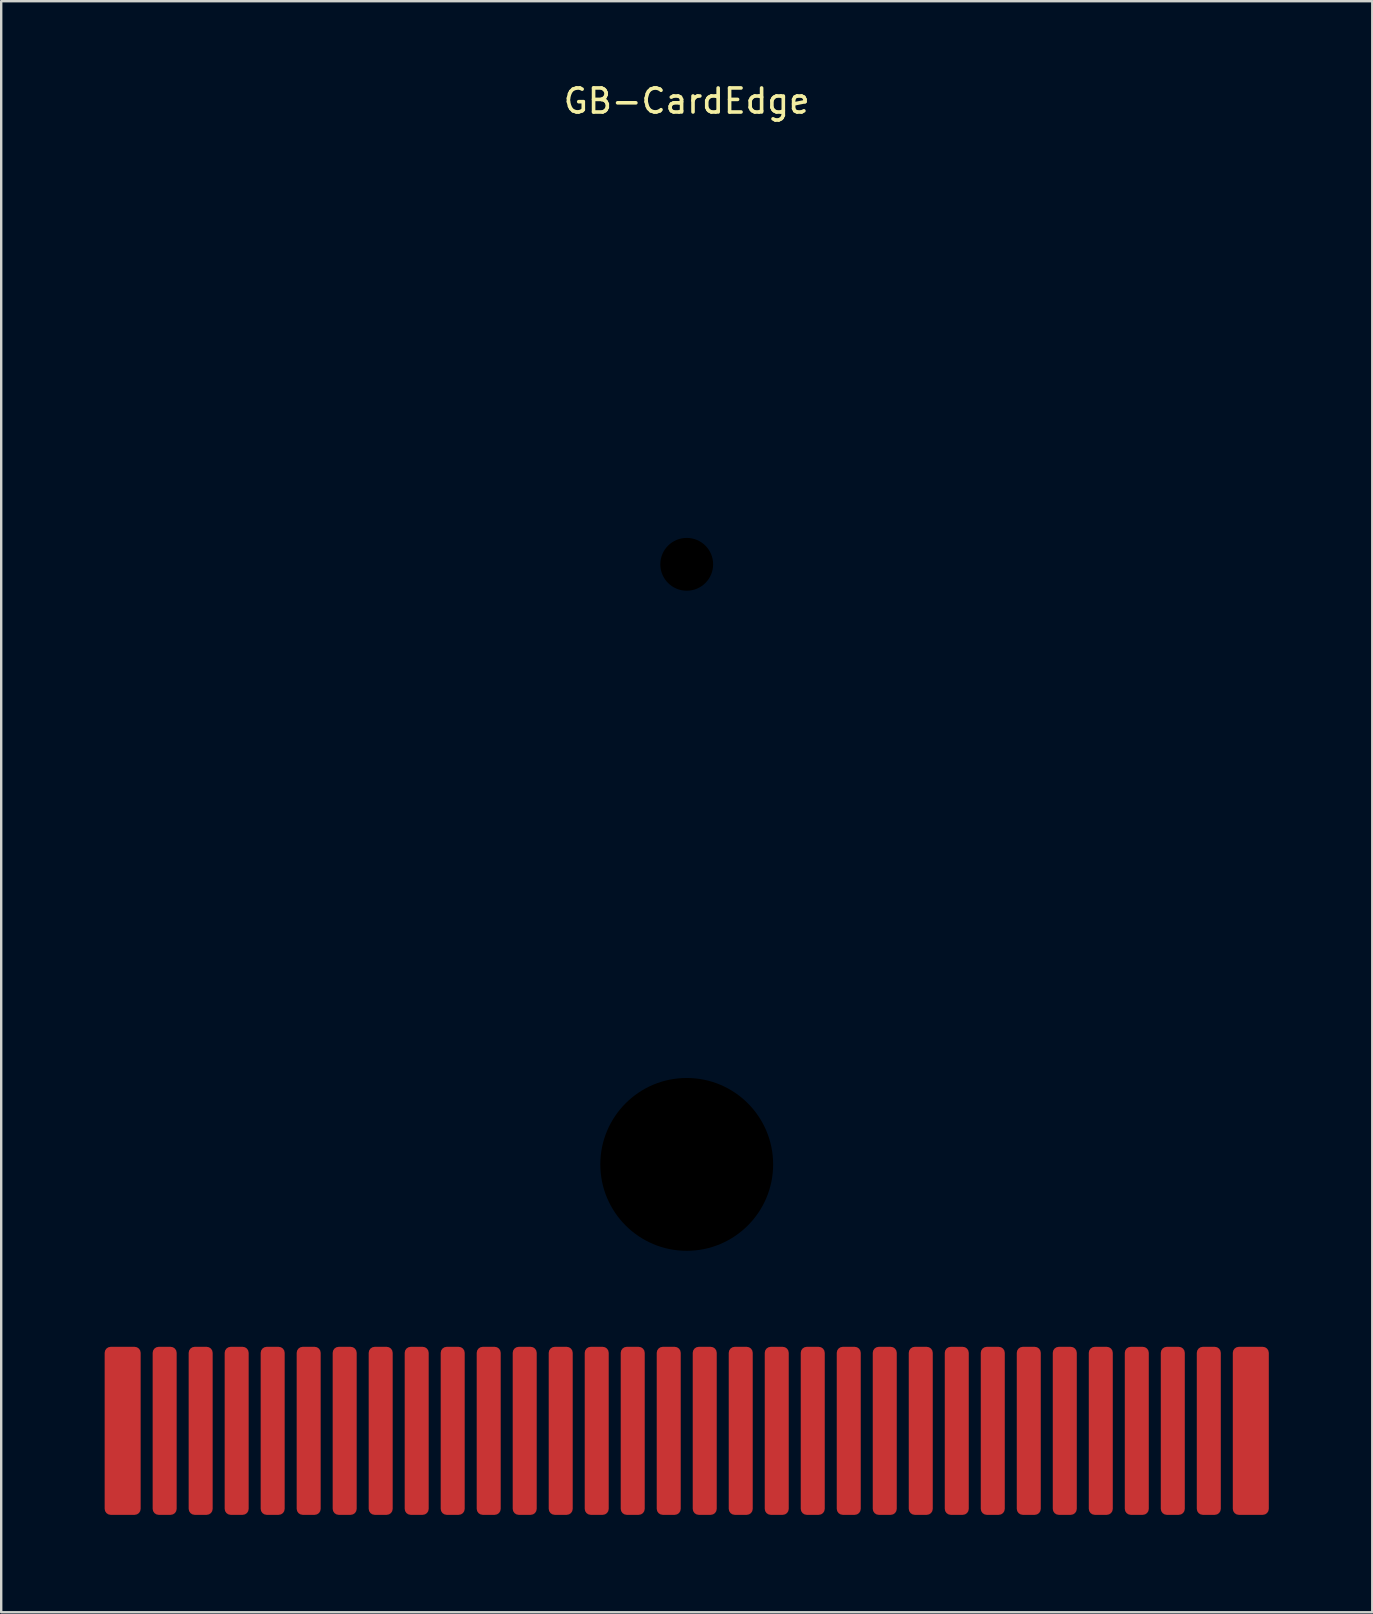
<source format=kicad_pcb>
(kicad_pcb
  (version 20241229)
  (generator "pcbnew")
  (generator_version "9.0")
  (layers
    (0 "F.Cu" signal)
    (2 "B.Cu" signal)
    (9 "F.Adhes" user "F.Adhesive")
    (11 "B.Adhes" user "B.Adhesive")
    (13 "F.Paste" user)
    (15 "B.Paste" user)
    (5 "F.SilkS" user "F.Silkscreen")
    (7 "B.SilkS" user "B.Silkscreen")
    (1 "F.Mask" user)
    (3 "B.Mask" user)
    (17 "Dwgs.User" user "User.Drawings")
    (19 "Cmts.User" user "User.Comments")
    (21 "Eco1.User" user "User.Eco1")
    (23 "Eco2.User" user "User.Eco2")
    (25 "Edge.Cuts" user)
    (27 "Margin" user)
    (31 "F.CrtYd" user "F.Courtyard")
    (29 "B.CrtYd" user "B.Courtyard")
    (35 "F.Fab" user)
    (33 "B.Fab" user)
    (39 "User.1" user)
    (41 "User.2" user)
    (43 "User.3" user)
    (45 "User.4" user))
  (footprint "GB-CardEdge"
    (layer "F.Cu")
    (at 25.56 30.56)
    (property "Reference" "GB-CardEdge" (at 0 -29.4 0) (layer "F.SilkS") (effects (font (size 1 1) (thickness 0.15))))
    (attr through_hole)
    (fp_line (start -25.5 21.3) (end -25.5 -29.5) (stroke (width 0.12) (type solid)) (layer "Eco2.User"))
    (fp_line (start -24.7 29.5) (end -24.7 22.1) (stroke (width 0.12) (type solid)) (layer "Eco2.User"))
    (fp_line (start -24.5 -30.5) (end 20 -30.5) (stroke (width 0.12) (type solid)) (layer "Eco2.User"))
    (fp_line (start -23.7 30.5) (end 23.7 30.5) (stroke (width 0.12) (type solid)) (layer "Eco2.User"))
    (fp_line (start 21 -29) (end 21 -29.5) (stroke (width 0.12) (type solid)) (layer "Eco2.User"))
    (fp_line (start 24.5 -28) (end 22 -28) (stroke (width 0.12) (type solid)) (layer "Eco2.User"))
    (fp_line (start 24.7 29.5) (end 24.7 22.1) (stroke (width 0.12) (type solid)) (layer "Eco2.User"))
    (fp_line (start 25.5 21.3) (end 25.5 -27) (stroke (width 0.12) (type solid)) (layer "Eco2.User"))
    (fp_arc (start -25.5 -29.5) (mid -25.207107 -30.207107) (end -24.5 -30.5) (stroke (width 0.12) (type solid)) (layer "Eco2.User"))
    (fp_arc (start -25.1 21.7) (mid -25.382843 21.582843) (end -25.5 21.3) (stroke (width 0.12) (type solid)) (layer "Eco2.User"))
    (fp_arc (start -25.1 21.7) (mid -24.817157 21.817157) (end -24.7 22.1) (stroke (width 0.12) (type solid)) (layer "Eco2.User"))
    (fp_arc (start -23.7 30.5) (mid -24.407107 30.207107) (end -24.7 29.5) (stroke (width 0.12) (type solid)) (layer "Eco2.User"))
    (fp_arc (start 20 -30.5) (mid 20.707107 -30.207107) (end 21 -29.5) (stroke (width 0.12) (type solid)) (layer "Eco2.User"))
    (fp_arc (start 22 -28) (mid 21.292893 -28.292893) (end 21 -29) (stroke (width 0.12) (type solid)) (layer "Eco2.User"))
    (fp_arc (start 24.5 -28) (mid 25.207107 -27.707107) (end 25.5 -27) (stroke (width 0.12) (type solid)) (layer "Eco2.User"))
    (fp_arc (start 24.7 22.1) (mid 24.817157 21.817157) (end 25.1 21.7) (stroke (width 0.12) (type solid)) (layer "Eco2.User"))
    (fp_arc (start 24.7 29.5) (mid 24.407107 30.207107) (end 23.7 30.5) (stroke (width 0.12) (type solid)) (layer "Eco2.User"))
    (fp_arc (start 25.5 21.3) (mid 25.382843 21.582843) (end 25.1 21.7) (stroke (width 0.12) (type solid)) (layer "Eco2.User"))
    (pad "" np_thru_hole circle (at 0 -10.1) (size 2.2 2.2) (drill 2.2) (layers "*.Mask"))
    (pad "" np_thru_hole circle (at 0 14.9) (size 7.2 7.2) (drill 7.2) (layers "*.Mask"))
    (pad "" smd rect (at 0 27 180) (size 51 7) (layers "F.Mask"))
    (pad "1" smd roundrect (at -23.5 26 180) (size 1.5 7) (layers "F.Cu") (roundrect_rratio 0.167))
    (pad "2" smd roundrect (at -21.75 26 180) (size 1 7) (layers "F.Cu") (roundrect_rratio 0.25))
    (pad "3" smd roundrect (at -20.25 26 180) (size 1 7) (layers "F.Cu") (roundrect_rratio 0.25))
    (pad "4" smd roundrect (at -18.75 26 180) (size 1 7) (layers "F.Cu") (roundrect_rratio 0.25))
    (pad "5" smd roundrect (at -17.25 26 180) (size 1 7) (layers "F.Cu") (roundrect_rratio 0.25))
    (pad "6" smd roundrect (at -15.75 26 180) (size 1 7) (layers "F.Cu") (roundrect_rratio 0.25))
    (pad "7" smd roundrect (at -14.25 26 180) (size 1 7) (layers "F.Cu") (roundrect_rratio 0.25))
    (pad "8" smd roundrect (at -12.75 26 180) (size 1 7) (layers "F.Cu") (roundrect_rratio 0.25))
    (pad "9" smd roundrect (at -11.25 26 180) (size 1 7) (layers "F.Cu") (roundrect_rratio 0.25))
    (pad "10" smd roundrect (at -9.75 26 180) (size 1 7) (layers "F.Cu") (roundrect_rratio 0.25))
    (pad "11" smd roundrect (at -8.25 26 180) (size 1 7) (layers "F.Cu") (roundrect_rratio 0.25))
    (pad "12" smd roundrect (at -6.75 26 180) (size 1 7) (layers "F.Cu") (roundrect_rratio 0.25))
    (pad "13" smd roundrect (at -5.25 26 180) (size 1 7) (layers "F.Cu") (roundrect_rratio 0.25))
    (pad "14" smd roundrect (at -3.75 26 180) (size 1 7) (layers "F.Cu") (roundrect_rratio 0.25))
    (pad "15" smd roundrect (at -2.25 26 180) (size 1 7) (layers "F.Cu") (roundrect_rratio 0.25))
    (pad "16" smd roundrect (at -0.75 26 180) (size 1 7) (layers "F.Cu") (roundrect_rratio 0.25))
    (pad "17" smd roundrect (at 0.75 26 180) (size 1 7) (layers "F.Cu") (roundrect_rratio 0.25))
    (pad "18" smd roundrect (at 2.25 26 180) (size 1 7) (layers "F.Cu") (roundrect_rratio 0.25))
    (pad "19" smd roundrect (at 3.75 26 180) (size 1 7) (layers "F.Cu") (roundrect_rratio 0.25))
    (pad "20" smd roundrect (at 5.25 26 180) (size 1 7) (layers "F.Cu") (roundrect_rratio 0.25))
    (pad "21" smd roundrect (at 6.75 26 180) (size 1 7) (layers "F.Cu") (roundrect_rratio 0.25))
    (pad "22" smd roundrect (at 8.25 26 180) (size 1 7) (layers "F.Cu") (roundrect_rratio 0.25))
    (pad "23" smd roundrect (at 9.75 26 180) (size 1 7) (layers "F.Cu") (roundrect_rratio 0.25))
    (pad "24" smd roundrect (at 11.25 26 180) (size 1 7) (layers "F.Cu") (roundrect_rratio 0.25))
    (pad "25" smd roundrect (at 12.75 26 180) (size 1 7) (layers "F.Cu") (roundrect_rratio 0.25))
    (pad "26" smd roundrect (at 14.25 26 180) (size 1 7) (layers "F.Cu") (roundrect_rratio 0.25))
    (pad "27" smd roundrect (at 15.75 26 180) (size 1 7) (layers "F.Cu") (roundrect_rratio 0.25))
    (pad "28" smd roundrect (at 17.25 26 180) (size 1 7) (layers "F.Cu") (roundrect_rratio 0.25))
    (pad "29" smd roundrect (at 18.75 26 180) (size 1 7) (layers "F.Cu") (roundrect_rratio 0.25))
    (pad "30" smd roundrect (at 20.25 26 180) (size 1 7) (layers "F.Cu") (roundrect_rratio 0.25))
    (pad "31" smd roundrect (at 21.75 26 180) (size 1 7) (layers "F.Cu") (roundrect_rratio 0.25))
    (pad "32" smd roundrect (at 23.5 26 180) (size 1.5 7) (layers "F.Cu") (roundrect_rratio 0.167)))
  (gr_rect
    (start -3 -3)
    (end 54.12 64.12)
    (stroke (width 0.1) (type default))
    (fill no)
    (layer "Edge.Cuts")))
</source>
